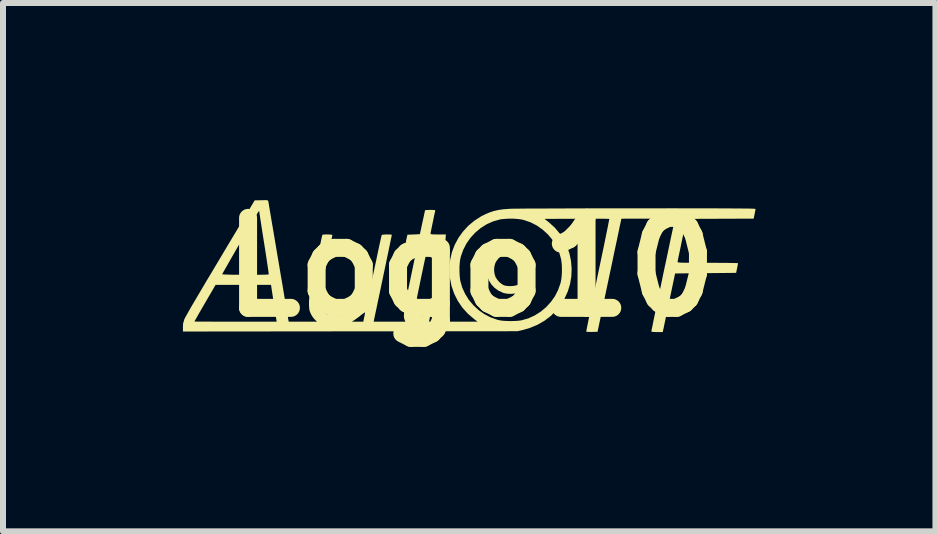
<source format=kicad_pcb>
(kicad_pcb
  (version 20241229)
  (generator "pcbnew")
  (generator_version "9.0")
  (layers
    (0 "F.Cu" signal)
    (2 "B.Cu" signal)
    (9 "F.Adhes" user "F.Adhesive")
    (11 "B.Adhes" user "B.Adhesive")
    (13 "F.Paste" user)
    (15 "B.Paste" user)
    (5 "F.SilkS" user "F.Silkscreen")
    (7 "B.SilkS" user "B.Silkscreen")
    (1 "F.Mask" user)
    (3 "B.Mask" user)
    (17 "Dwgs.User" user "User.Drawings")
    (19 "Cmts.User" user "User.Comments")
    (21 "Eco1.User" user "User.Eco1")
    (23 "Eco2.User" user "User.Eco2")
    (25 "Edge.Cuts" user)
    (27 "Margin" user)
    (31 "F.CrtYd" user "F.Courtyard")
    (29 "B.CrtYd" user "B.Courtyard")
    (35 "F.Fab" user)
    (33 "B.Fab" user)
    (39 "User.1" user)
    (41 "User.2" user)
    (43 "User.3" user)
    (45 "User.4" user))
  (footprint "Logo10"
    (layer "F.Cu")
    (at 4.8 1.404)
    (property "Reference" "Logo10" (at 0 0 0) (layer "F.SilkS") (effects (font (size 1.5 1.5) (thickness 0.3))))
    (attr board_only exclude_from_pos_files exclude_from_bom)
    (fp_poly (pts (xy 0.767 -0.341) (xy 0.844 -0.311) (xy 0.859 -0.303) (xy 0.923 -0.258) (xy 0.976 -0.2) (xy 1.018 -0.133) (xy 1.047 -0.059) (xy 1.061 0.018) (xy 1.059 0.095) (xy 1.057 0.104) (xy 1.034 0.189) (xy 0.996 0.264) (xy 0.944 0.329) (xy 0.879 0.382) (xy 0.803 0.421) (xy 0.785 0.428) (xy 0.732 0.44) (xy 0.671 0.445) (xy 0.609 0.443) (xy 0.554 0.433) (xy 0.541 0.429) (xy 0.462 0.393) (xy 0.395 0.345) (xy 0.341 0.287) (xy 0.3 0.22) (xy 0.273 0.147) (xy 0.261 0.07) (xy 0.262 0.049) (xy 0.387 0.049) (xy 0.394 0.109) (xy 0.411 0.164) (xy 0.413 0.168) (xy 0.444 0.215) (xy 0.484 0.258) (xy 0.53 0.291) (xy 0.557 0.304) (xy 0.598 0.313) (xy 0.647 0.316) (xy 0.7 0.314) (xy 0.748 0.306) (xy 0.787 0.293) (xy 0.788 0.293) (xy 0.839 0.257) (xy 0.884 0.209) (xy 0.911 0.165) (xy 0.926 0.119) (xy 0.933 0.064) (xy 0.931 0.007) (xy 0.922 -0.046) (xy 0.911 -0.074) (xy 0.873 -0.133) (xy 0.823 -0.179) (xy 0.763 -0.209) (xy 0.695 -0.224) (xy 0.645 -0.226) (xy 0.574 -0.214) (xy 0.512 -0.187) (xy 0.46 -0.146) (xy 0.419 -0.091) (xy 0.407 -0.065) (xy 0.392 -0.012) (xy 0.387 0.049) (xy 0.262 0.049) (xy 0.264 -0.01) (xy 0.285 -0.09) (xy 0.299 -0.123) (xy 0.342 -0.195) (xy 0.397 -0.254) (xy 0.461 -0.301) (xy 0.532 -0.333) (xy 0.608 -0.351) (xy 0.687 -0.354)) (stroke (width 0) (type solid)) (fill yes) (layer "F.SilkS"))
    (fp_poly (pts (xy -3.415 -1.117) (xy -3.396 -1.116) (xy -3.385 -1.112) (xy -3.38 -1.106) (xy -3.377 -1.098) (xy -3.375 -1.086) (xy -3.37 -1.058) (xy -3.363 -1.014) (xy -3.353 -0.956) (xy -3.341 -0.884) (xy -3.327 -0.801) (xy -3.311 -0.707) (xy -3.293 -0.603) (xy -3.274 -0.49) (xy -3.254 -0.371) (xy -3.233 -0.245) (xy -3.211 -0.114) (xy -3.209 -0.105) (xy -3.187 0.026) (xy -3.166 0.152) (xy -3.145 0.273) (xy -3.126 0.386) (xy -3.109 0.49) (xy -3.093 0.585) (xy -3.078 0.669) (xy -3.066 0.742) (xy -3.056 0.801) (xy -3.048 0.846) (xy -3.043 0.876) (xy -3.041 0.888) (xy -3.041 0.889) (xy -3.036 0.909) (xy -2.8 0.909) (xy -2.564 0.909) (xy -1.985 0.909) (xy -1.89 0.909) (xy -1.794 0.909) (xy -1.779 0.838) (xy -1.772 0.804) (xy -1.766 0.775) (xy -1.764 0.758) (xy -1.764 0.756) (xy -1.77 0.756) (xy -1.787 0.766) (xy -1.812 0.785) (xy -1.83 0.798) (xy -1.865 0.827) (xy -1.902 0.854) (xy -1.933 0.876) (xy -1.94 0.881) (xy -1.985 0.909) (xy -2.564 0.909) (xy -2.6 0.876) (xy -2.623 0.85) (xy -2.647 0.816) (xy -2.665 0.784) (xy -2.68 0.751) (xy -2.69 0.722) (xy -2.695 0.69) (xy -2.698 0.647) (xy -2.698 0.64) (xy -2.699 0.593) (xy -2.697 0.544) (xy -2.693 0.502) (xy -2.692 0.494) (xy -2.687 0.47) (xy -2.68 0.432) (xy -2.67 0.382) (xy -2.658 0.321) (xy -2.643 0.252) (xy -2.628 0.176) (xy -2.611 0.096) (xy -2.594 0.013) (xy -2.577 -0.07) (xy -2.559 -0.153) (xy -2.543 -0.232) (xy -2.527 -0.306) (xy -2.513 -0.373) (xy -2.5 -0.432) (xy -2.49 -0.479) (xy -2.482 -0.514) (xy -2.478 -0.534) (xy -2.476 -0.538) (xy -2.466 -0.542) (xy -2.442 -0.544) (xy -2.411 -0.546) (xy -2.378 -0.545) (xy -2.346 -0.544) (xy -2.322 -0.541) (xy -2.31 -0.537) (xy -2.309 -0.535) (xy -2.311 -0.525) (xy -2.316 -0.498) (xy -2.325 -0.457) (xy -2.336 -0.403) (xy -2.349 -0.338) (xy -2.365 -0.264) (xy -2.382 -0.181) (xy -2.4 -0.093) (xy -2.41 -0.047) (xy -2.436 0.079) (xy -2.459 0.189) (xy -2.478 0.284) (xy -2.493 0.366) (xy -2.504 0.435) (xy -2.512 0.493) (xy -2.517 0.542) (xy -2.518 0.583) (xy -2.517 0.617) (xy -2.512 0.646) (xy -2.505 0.671) (xy -2.495 0.693) (xy -2.482 0.715) (xy -2.479 0.719) (xy -2.443 0.758) (xy -2.396 0.788) (xy -2.365 0.801) (xy -2.328 0.808) (xy -2.281 0.814) (xy -2.227 0.816) (xy -2.175 0.816) (xy -2.131 0.812) (xy -2.115 0.809) (xy -2.033 0.783) (xy -1.956 0.741) (xy -1.883 0.683) (xy -1.818 0.612) (xy -1.761 0.529) (xy -1.714 0.435) (xy -1.677 0.332) (xy -1.669 0.305) (xy -1.664 0.284) (xy -1.656 0.248) (xy -1.646 0.198) (xy -1.632 0.138) (xy -1.617 0.067) (xy -1.601 -0.01) (xy -1.583 -0.092) (xy -1.573 -0.139) (xy -1.556 -0.221) (xy -1.54 -0.297) (xy -1.525 -0.366) (xy -1.512 -0.426) (xy -1.501 -0.474) (xy -1.493 -0.51) (xy -1.488 -0.532) (xy -1.486 -0.537) (xy -1.476 -0.54) (xy -1.453 -0.543) (xy -1.422 -0.545) (xy -1.388 -0.545) (xy -1.357 -0.545) (xy -1.332 -0.543) (xy -1.319 -0.54) (xy -1.318 -0.538) (xy -1.32 -0.528) (xy -1.325 -0.502) (xy -1.334 -0.461) (xy -1.345 -0.406) (xy -1.359 -0.339) (xy -1.375 -0.26) (xy -1.394 -0.172) (xy -1.414 -0.076) (xy -1.435 0.027) (xy -1.458 0.135) (xy -1.464 0.164) (xy -1.487 0.274) (xy -1.509 0.38) (xy -1.53 0.479) (xy -1.55 0.571) (xy -1.567 0.653) (xy -1.582 0.726) (xy -1.595 0.786) (xy -1.605 0.834) (xy -1.612 0.866) (xy -1.615 0.883) (xy -1.615 0.884) (xy -1.62 0.909) (xy -1.356 0.909) (xy -1.092 0.909) (xy -1.106 0.875) (xy -1.111 0.859) (xy -1.115 0.841) (xy -1.117 0.818) (xy -1.116 0.79) (xy -1.113 0.755) (xy -1.108 0.712) (xy -1.1 0.66) (xy -1.088 0.597) (xy -1.074 0.522) (xy -1.057 0.434) (xy -1.036 0.332) (xy -1.011 0.213) (xy -0.997 0.145) (xy -0.977 0.05) (xy -0.958 -0.041) (xy -0.941 -0.124) (xy -0.925 -0.199) (xy -0.912 -0.264) (xy -0.902 -0.318) (xy -0.894 -0.358) (xy -0.889 -0.384) (xy -0.888 -0.393) (xy -0.898 -0.396) (xy -0.923 -0.398) (xy -0.957 -0.4) (xy -0.987 -0.4) (xy -1.032 -0.4) (xy -1.061 -0.402) (xy -1.077 -0.409) (xy -1.082 -0.424) (xy -1.079 -0.448) (xy -1.07 -0.486) (xy -1.069 -0.491) (xy -1.058 -0.541) (xy -0.954 -0.545) (xy -0.85 -0.55) (xy -0.808 -0.745) (xy -0.795 -0.803) (xy -0.784 -0.854) (xy -0.775 -0.897) (xy -0.768 -0.928) (xy -0.765 -0.945) (xy -0.764 -0.948) (xy -0.756 -0.951) (xy -0.733 -0.953) (xy -0.699 -0.954) (xy -0.677 -0.955) (xy -0.637 -0.954) (xy -0.612 -0.953) (xy -0.599 -0.951) (xy -0.594 -0.945) (xy -0.595 -0.937) (xy -0.595 -0.934) (xy -0.602 -0.905) (xy -0.611 -0.865) (xy -0.621 -0.818) (xy -0.631 -0.767) (xy -0.642 -0.716) (xy -0.652 -0.666) (xy -0.661 -0.623) (xy -0.668 -0.588) (xy -0.672 -0.565) (xy -0.673 -0.558) (xy -0.669 -0.553) (xy -0.658 -0.549) (xy -0.636 -0.547) (xy -0.6 -0.546) (xy -0.549 -0.545) (xy -0.544 -0.545) (xy -0.416 -0.545) (xy -0.421 -0.489) (xy -0.424 -0.455) (xy -0.428 -0.431) (xy -0.435 -0.415) (xy -0.448 -0.406) (xy -0.471 -0.401) (xy -0.506 -0.4) (xy -0.555 -0.4) (xy -0.568 -0.4) (xy -0.625 -0.399) (xy -0.666 -0.398) (xy -0.692 -0.395) (xy -0.705 -0.39) (xy -0.706 -0.389) (xy -0.71 -0.378) (xy -0.716 -0.351) (xy -0.726 -0.31) (xy -0.738 -0.258) (xy -0.751 -0.195) (xy -0.767 -0.123) (xy -0.784 -0.045) (xy -0.801 0.037) (xy -0.819 0.122) (xy -0.837 0.208) (xy -0.854 0.293) (xy -0.871 0.374) (xy -0.887 0.451) (xy -0.901 0.521) (xy -0.913 0.582) (xy -0.923 0.632) (xy -0.93 0.67) (xy -0.933 0.694) (xy -0.934 0.697) (xy -0.936 0.742) (xy -0.93 0.774) (xy -0.914 0.795) (xy -0.9 0.804) (xy -0.873 0.813) (xy -0.833 0.817) (xy -0.788 0.817) (xy -0.744 0.813) (xy -0.723 0.809) (xy -0.699 0.805) (xy -0.685 0.804) (xy -0.683 0.805) (xy -0.682 0.815) (xy -0.684 0.838) (xy -0.688 0.859) (xy -0.697 0.909) (xy -0.293 0.909) (xy 0.112 0.909) (xy 0.054 0.865) (xy -0.052 0.774) (xy -0.143 0.673) (xy -0.218 0.562) (xy -0.278 0.443) (xy -0.322 0.316) (xy -0.349 0.181) (xy -0.355 0.137) (xy -0.356 0.068) (xy -0.19 0.068) (xy -0.187 0.141) (xy -0.18 0.204) (xy -0.177 0.225) (xy -0.145 0.338) (xy -0.096 0.445) (xy -0.034 0.545) (xy 0.042 0.635) (xy 0.128 0.715) (xy 0.225 0.783) (xy 0.329 0.837) (xy 0.439 0.876) (xy 0.477 0.885) (xy 0.529 0.893) (xy 0.593 0.897) (xy 0.663 0.899) (xy 0.733 0.897) (xy 0.796 0.893) (xy 0.844 0.886) (xy 0.957 0.854) (xy 1.064 0.805) (xy 1.163 0.743) (xy 1.254 0.667) (xy 1.334 0.58) (xy 1.402 0.484) (xy 1.455 0.379) (xy 1.494 0.268) (xy 1.504 0.225) (xy 1.512 0.167) (xy 1.517 0.097) (xy 1.518 0.022) (xy 1.515 -0.05) (xy 1.507 -0.114) (xy 1.504 -0.134) (xy 1.472 -0.248) (xy 1.423 -0.355) (xy 1.361 -0.455) (xy 1.285 -0.545) (xy 1.198 -0.625) (xy 1.102 -0.693) (xy 0.997 -0.747) (xy 0.886 -0.785) (xy 0.844 -0.795) (xy 0.785 -0.803) (xy 0.715 -0.808) (xy 0.641 -0.809) (xy 0.568 -0.805) (xy 0.505 -0.799) (xy 0.484 -0.795) (xy 0.371 -0.763) (xy 0.263 -0.715) (xy 0.164 -0.652) (xy 0.073 -0.576) (xy -0.007 -0.489) (xy -0.074 -0.393) (xy -0.128 -0.288) (xy -0.167 -0.177) (xy -0.177 -0.134) (xy -0.185 -0.076) (xy -0.19 -0.006) (xy -0.19 0.068) (xy -0.356 0.068) (xy -0.358 0.004) (xy -0.345 -0.126) (xy -0.315 -0.252) (xy -0.269 -0.373) (xy -0.208 -0.487) (xy -0.133 -0.592) (xy -0.045 -0.688) (xy 0.056 -0.773) (xy 0.169 -0.846) (xy 0.232 -0.878) (xy 0.308 -0.911) (xy 0.383 -0.936) (xy 0.462 -0.954) (xy 0.549 -0.966) (xy 0.645 -0.973) (xy 0.669 -0.974) (xy 0.71 -0.975) (xy 0.767 -0.975) (xy 0.839 -0.976) (xy 0.927 -0.977) (xy 1.027 -0.977) (xy 1.141 -0.978) (xy 1.266 -0.978) (xy 1.402 -0.979) (xy 1.548 -0.979) (xy 1.704 -0.98) (xy 1.867 -0.98) (xy 2.038 -0.981) (xy 2.214 -0.981) (xy 2.397 -0.981) (xy 2.584 -0.981) (xy 2.77 -0.981) (xy 3.001 -0.981) (xy 3.215 -0.981) (xy 3.411 -0.981) (xy 3.591 -0.981) (xy 3.756 -0.981) (xy 3.905 -0.981) (xy 4.04 -0.981) (xy 4.161 -0.98) (xy 4.268 -0.98) (xy 4.363 -0.979) (xy 4.445 -0.979) (xy 4.517 -0.978) (xy 4.577 -0.977) (xy 4.627 -0.977) (xy 4.667 -0.976) (xy 4.698 -0.975) (xy 4.721 -0.974) (xy 4.736 -0.973) (xy 4.744 -0.971) (xy 4.745 -0.97) (xy 4.744 -0.957) (xy 4.739 -0.93) (xy 4.732 -0.896) (xy 4.73 -0.884) (xy 4.714 -0.809) (xy 4.155 -0.807) (xy 3.596 -0.805) (xy 3.521 -0.455) (xy 3.505 -0.377) (xy 3.49 -0.304) (xy 3.476 -0.239) (xy 3.464 -0.183) (xy 3.455 -0.138) (xy 3.449 -0.107) (xy 3.446 -0.09) (xy 3.446 -0.089) (xy 3.447 -0.085) (xy 3.45 -0.082) (xy 3.457 -0.08) (xy 3.47 -0.078) (xy 3.49 -0.076) (xy 3.518 -0.075) (xy 3.555 -0.074) (xy 3.604 -0.074) (xy 3.665 -0.073) (xy 3.74 -0.073) (xy 3.83 -0.073) (xy 3.937 -0.073) (xy 3.95 -0.073) (xy 4.044 -0.073) (xy 4.132 -0.072) (xy 4.213 -0.072) (xy 4.285 -0.071) (xy 4.346 -0.07) (xy 4.395 -0.069) (xy 4.431 -0.068) (xy 4.45 -0.067) (xy 4.454 -0.066) (xy 4.452 -0.054) (xy 4.447 -0.03) (xy 4.441 0.004) (xy 4.438 0.018) (xy 4.422 0.095) (xy 3.913 0.1) (xy 3.405 0.105) (xy 3.312 0.545) (xy 3.294 0.634) (xy 3.276 0.719) (xy 3.259 0.797) (xy 3.244 0.868) (xy 3.231 0.929) (xy 3.221 0.978) (xy 3.214 1.014) (xy 3.209 1.033) (xy 3.209 1.034) (xy 3.199 1.082) (xy 3.104 1.082) (xy 3.059 1.081) (xy 3.03 1.079) (xy 3.014 1.076) (xy 3.009 1.07) (xy 3.009 1.07) (xy 3.011 1.059) (xy 3.016 1.032) (xy 3.025 0.99) (xy 3.036 0.934) (xy 3.05 0.866) (xy 3.066 0.788) (xy 3.084 0.701) (xy 3.104 0.606) (xy 3.125 0.505) (xy 3.148 0.399) (xy 3.171 0.29) (xy 3.194 0.178) (xy 3.217 0.067) (xy 3.241 -0.044) (xy 3.264 -0.152) (xy 3.286 -0.257) (xy 3.307 -0.356) (xy 3.326 -0.448) (xy 3.344 -0.532) (xy 3.36 -0.607) (xy 3.374 -0.67) (xy 3.385 -0.721) (xy 3.393 -0.758) (xy 3.398 -0.779) (xy 3.399 -0.784) (xy 3.408 -0.809) (xy 2.959 -0.809) (xy 2.87 -0.809) (xy 2.787 -0.809) (xy 2.712 -0.809) (xy 2.646 -0.808) (xy 2.591 -0.808) (xy 2.549 -0.808) (xy 2.521 -0.807) (xy 2.509 -0.807) (xy 2.509 -0.807) (xy 2.507 -0.798) (xy 2.502 -0.772) (xy 2.493 -0.731) (xy 2.481 -0.676) (xy 2.467 -0.607) (xy 2.45 -0.527) (xy 2.431 -0.435) (xy 2.409 -0.334) (xy 2.386 -0.225) (xy 2.362 -0.108) (xy 2.336 0.015) (xy 2.31 0.136) (xy 2.112 1.077) (xy 2.02 1.08) (xy 1.981 1.08) (xy 1.95 1.079) (xy 1.929 1.077) (xy 1.924 1.075) (xy 1.925 1.065) (xy 1.93 1.038) (xy 1.938 0.996) (xy 1.949 0.94) (xy 1.963 0.871) (xy 1.979 0.79) (xy 1.998 0.698) (xy 2.019 0.597) (xy 2.041 0.487) (xy 2.066 0.37) (xy 2.092 0.247) (xy 2.115 0.133) (xy 2.142 0.006) (xy 2.168 -0.116) (xy 2.192 -0.232) (xy 2.215 -0.341) (xy 2.235 -0.441) (xy 2.254 -0.532) (xy 2.27 -0.611) (xy 2.284 -0.679) (xy 2.294 -0.733) (xy 2.302 -0.773) (xy 2.307 -0.797) (xy 2.307 -0.805) (xy 2.298 -0.805) (xy 2.272 -0.806) (xy 2.23 -0.807) (xy 2.176 -0.807) (xy 2.109 -0.807) (xy 2.033 -0.807) (xy 1.948 -0.807) (xy 1.856 -0.807) (xy 1.766 -0.807) (xy 1.228 -0.805) (xy 1.299 -0.749) (xy 1.397 -0.661) (xy 1.48 -0.563) (xy 1.55 -0.456) (xy 1.605 -0.342) (xy 1.645 -0.222) (xy 1.67 -0.099) (xy 1.68 0.027) (xy 1.675 0.153) (xy 1.654 0.279) (xy 1.617 0.402) (xy 1.563 0.521) (xy 1.514 0.605) (xy 1.431 0.714) (xy 1.336 0.81) (xy 1.229 0.892) (xy 1.112 0.96) (xy 0.984 1.013) (xy 0.864 1.048) (xy 0.777 1.068) (xy -2.011 1.07) (xy -4.8 1.073) (xy -4.8 0.996) (xy -4.799 0.96) (xy -4.796 0.932) (xy -4.792 0.916) (xy -4.791 0.914) (xy -4.787 0.906) (xy -4.609 0.906) (xy -4.6 0.906) (xy -4.575 0.907) (xy -4.534 0.907) (xy -4.479 0.908) (xy -4.411 0.908) (xy -4.332 0.908) (xy -4.244 0.909) (xy -4.147 0.909) (xy -4.043 0.909) (xy -3.933 0.909) (xy -3.923 0.909) (xy -3.237 0.909) (xy -3.242 0.884) (xy -3.244 0.869) (xy -3.249 0.839) (xy -3.256 0.795) (xy -3.264 0.74) (xy -3.274 0.678) (xy -3.285 0.609) (xy -3.289 0.577) (xy -3.332 0.295) (xy -3.794 0.295) (xy -4.256 0.295) (xy -4.433 0.599) (xy -4.472 0.666) (xy -4.508 0.729) (xy -4.54 0.784) (xy -4.567 0.832) (xy -4.588 0.869) (xy -4.603 0.894) (xy -4.609 0.905) (xy -4.609 0.906) (xy -4.787 0.906) (xy -4.784 0.901) (xy -4.782 0.882) (xy -4.778 0.872) (xy -4.768 0.85) (xy -4.75 0.817) (xy -4.724 0.771) (xy -4.691 0.712) (xy -4.65 0.641) (xy -4.6 0.556) (xy -4.542 0.458) (xy -4.476 0.346) (xy -4.401 0.219) (xy -4.34 0.118) (xy -4.145 0.118) (xy -4.137 0.12) (xy -4.112 0.122) (xy -4.074 0.123) (xy -4.024 0.125) (xy -3.966 0.126) (xy -3.9 0.126) (xy -3.83 0.127) (xy -3.758 0.127) (xy -3.685 0.127) (xy -3.615 0.127) (xy -3.55 0.127) (xy -3.491 0.126) (xy -3.441 0.125) (xy -3.403 0.124) (xy -3.378 0.122) (xy -3.37 0.12) (xy -3.37 0.11) (xy -3.374 0.084) (xy -3.379 0.043) (xy -3.387 -0.011) (xy -3.397 -0.077) (xy -3.408 -0.152) (xy -3.421 -0.236) (xy -3.435 -0.326) (xy -3.446 -0.395) (xy -3.461 -0.49) (xy -3.475 -0.579) (xy -3.488 -0.662) (xy -3.499 -0.736) (xy -3.509 -0.8) (xy -3.517 -0.853) (xy -3.523 -0.892) (xy -3.526 -0.915) (xy -3.527 -0.922) (xy -3.529 -0.935) (xy -3.537 -0.93) (xy -3.54 -0.927) (xy -3.547 -0.917) (xy -3.562 -0.892) (xy -3.584 -0.856) (xy -3.612 -0.808) (xy -3.645 -0.752) (xy -3.683 -0.687) (xy -3.724 -0.617) (xy -3.768 -0.542) (xy -3.813 -0.465) (xy -3.858 -0.386) (xy -3.904 -0.308) (xy -3.948 -0.231) (xy -3.99 -0.158) (xy -4.028 -0.091) (xy -4.063 -0.03) (xy -4.093 0.023) (xy -4.117 0.065) (xy -4.134 0.096) (xy -4.144 0.114) (xy -4.145 0.118) (xy -4.34 0.118) (xy -4.316 0.078) (xy -4.223 -0.078) (xy -4.193 -0.129) (xy -3.604 -1.114) (xy -3.493 -1.116) (xy -3.447 -1.117)) (stroke (width 0) (type solid)) (fill yes) (layer "F.SilkS")))
  (gr_rect
    (start -3 -3)
    (end 12.545 5.808)
    (stroke (width 0.1) (type default))
    (fill no)
    (layer "Edge.Cuts")))
</source>
